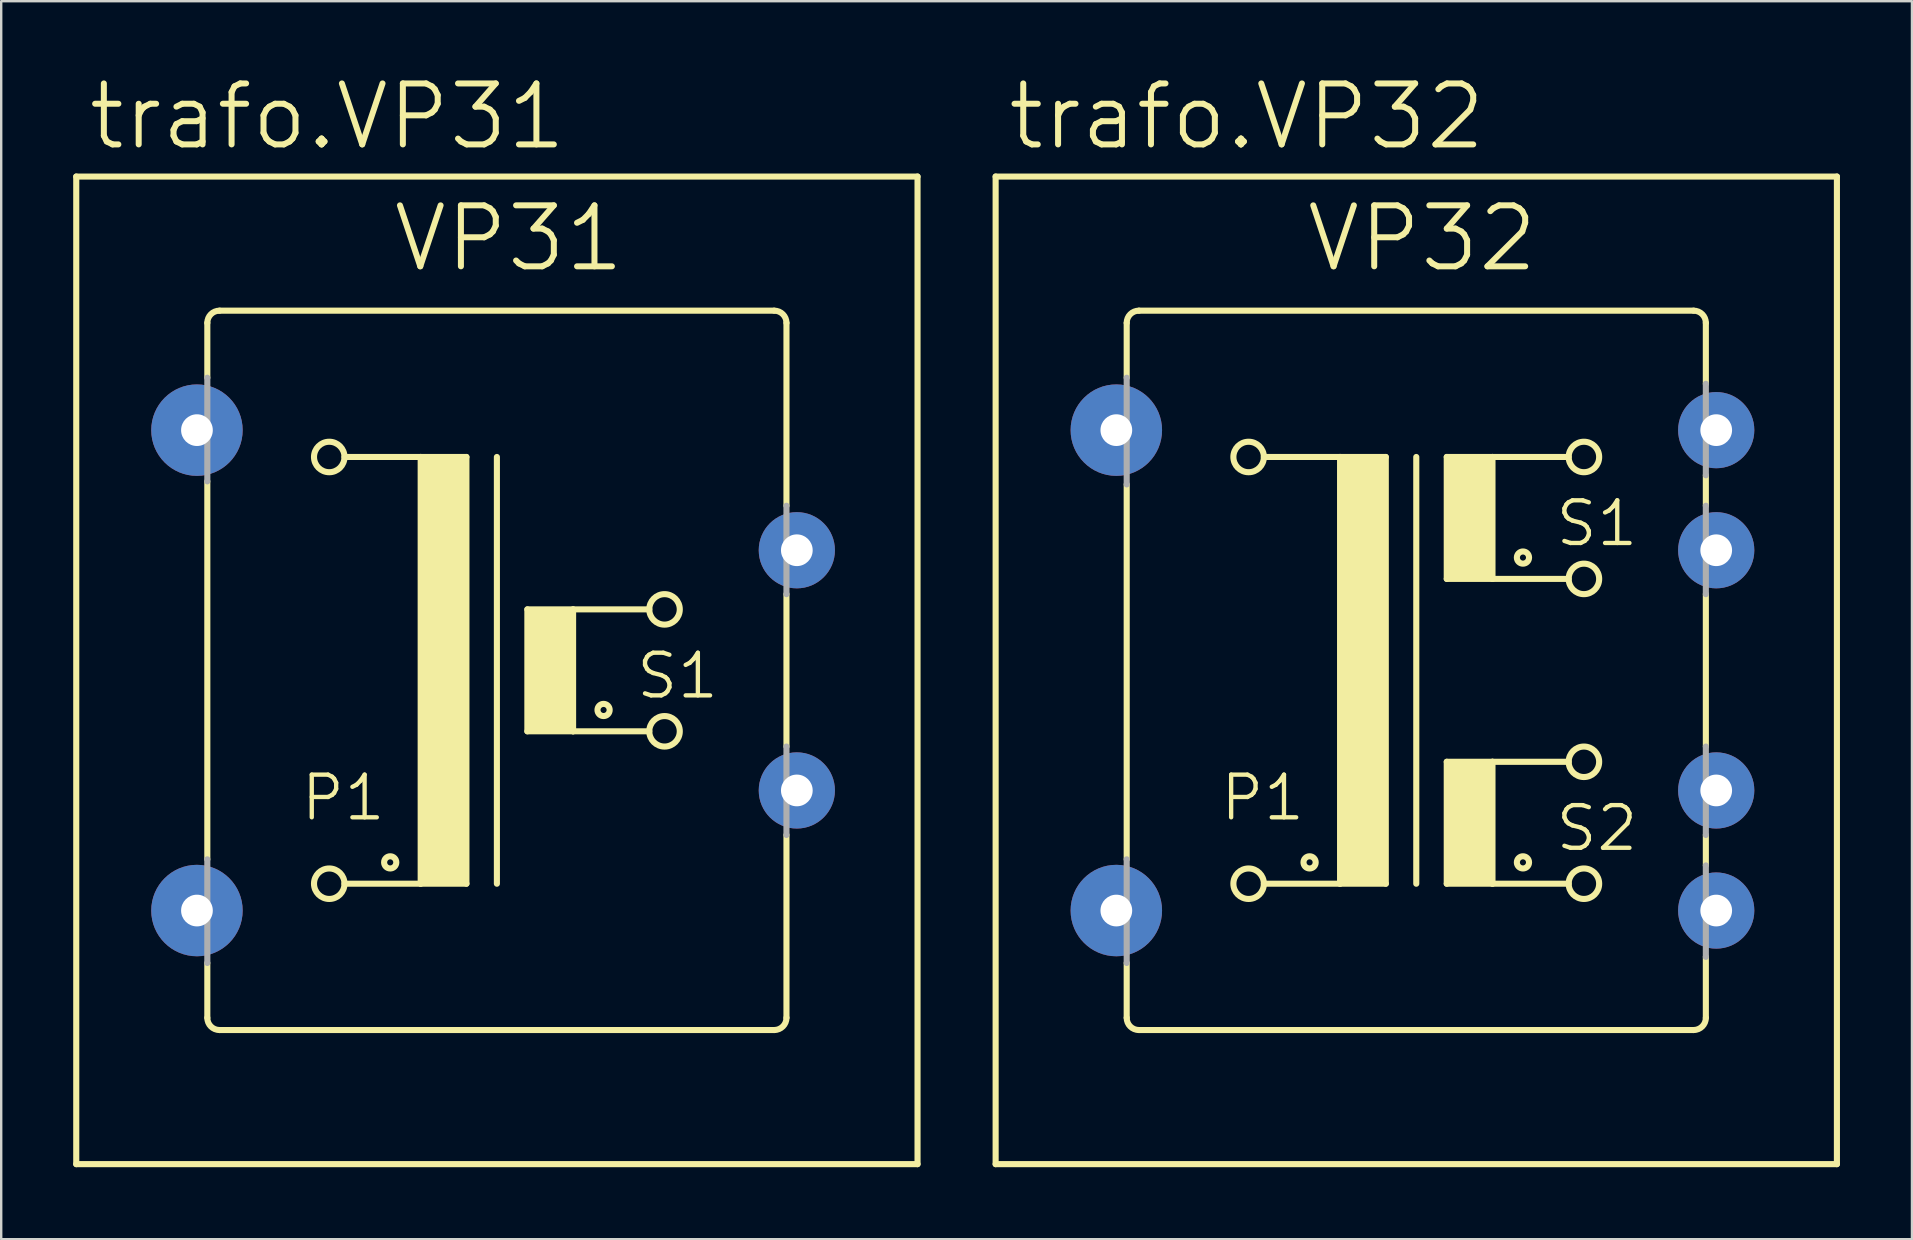
<source format=kicad_pcb>
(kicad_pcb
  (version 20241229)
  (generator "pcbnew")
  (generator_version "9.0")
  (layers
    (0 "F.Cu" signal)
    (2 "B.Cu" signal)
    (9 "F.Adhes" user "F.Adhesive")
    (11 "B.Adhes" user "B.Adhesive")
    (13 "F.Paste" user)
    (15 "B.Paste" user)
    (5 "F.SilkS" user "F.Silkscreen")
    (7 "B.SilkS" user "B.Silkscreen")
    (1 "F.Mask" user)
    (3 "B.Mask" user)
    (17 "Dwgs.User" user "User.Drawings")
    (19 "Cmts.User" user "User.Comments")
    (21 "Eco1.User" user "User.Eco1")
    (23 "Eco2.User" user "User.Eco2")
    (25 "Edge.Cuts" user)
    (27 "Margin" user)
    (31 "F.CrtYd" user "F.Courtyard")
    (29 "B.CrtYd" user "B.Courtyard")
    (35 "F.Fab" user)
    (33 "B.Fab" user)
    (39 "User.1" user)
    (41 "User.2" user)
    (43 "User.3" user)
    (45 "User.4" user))
  (footprint "trafo.VP32"
    (layer "F.Cu")
    (at 55.959 24.88)
    (property "Reference" "trafo.VP32" (at -17.145 -21.59 0) (layer "F.SilkS") (effects (font (size 2.54 2.54) (thickness 0.25)) (justify left bottom)))
    (attr through_hole)
    (fp_line (start -17.526 20.574) (end -17.526 -20.574) (stroke (width 0.254) (type default)) (layer "F.SilkS"))
    (fp_line (start -17.526 20.574) (end 17.526 20.574) (stroke (width 0.254) (type default)) (layer "F.SilkS"))
    (fp_line (start -12.065 -14.478) (end -12.065 -12.192) (stroke (width 0.254) (type default)) (layer "F.SilkS"))
    (fp_line (start -12.065 -7.747) (end -12.065 7.874) (stroke (width 0.254) (type default)) (layer "F.SilkS"))
    (fp_line (start -12.065 14.478) (end -12.065 12.192) (stroke (width 0.254) (type default)) (layer "F.SilkS"))
    (fp_line (start -11.557 -14.986) (end 11.557 -14.986) (stroke (width 0.254) (type default)) (layer "F.SilkS"))
    (fp_line (start -6.35 -8.89) (end -3.175 -8.89) (stroke (width 0.254) (type default)) (layer "F.SilkS"))
    (fp_line (start -3.175 -8.89) (end -3.175 8.89) (stroke (width 0.254) (type default)) (layer "F.SilkS"))
    (fp_line (start -3.175 -8.89) (end -1.27 -8.89) (stroke (width 0.254) (type default)) (layer "F.SilkS"))
    (fp_line (start -3.175 8.89) (end -6.35 8.89) (stroke (width 0.254) (type default)) (layer "F.SilkS"))
    (fp_line (start -1.27 -8.89) (end -1.27 8.89) (stroke (width 0.254) (type default)) (layer "F.SilkS"))
    (fp_line (start -1.27 8.89) (end -3.175 8.89) (stroke (width 0.254) (type default)) (layer "F.SilkS"))
    (fp_line (start 0 -8.89) (end 0 8.89) (stroke (width 0.254) (type default)) (layer "F.SilkS"))
    (fp_line (start 1.27 -8.89) (end 1.27 -3.81) (stroke (width 0.254) (type default)) (layer "F.SilkS"))
    (fp_line (start 1.27 -8.89) (end 3.175 -8.89) (stroke (width 0.254) (type default)) (layer "F.SilkS"))
    (fp_line (start 1.27 -3.81) (end 3.175 -3.81) (stroke (width 0.254) (type default)) (layer "F.SilkS"))
    (fp_line (start 1.27 3.81) (end 1.27 8.89) (stroke (width 0.254) (type default)) (layer "F.SilkS"))
    (fp_line (start 1.27 3.81) (end 3.175 3.81) (stroke (width 0.254) (type default)) (layer "F.SilkS"))
    (fp_line (start 1.27 8.89) (end 3.175 8.89) (stroke (width 0.254) (type default)) (layer "F.SilkS"))
    (fp_line (start 3.175 -8.89) (end 6.35 -8.89) (stroke (width 0.254) (type default)) (layer "F.SilkS"))
    (fp_line (start 3.175 -3.81) (end 3.175 -8.89) (stroke (width 0.254) (type default)) (layer "F.SilkS"))
    (fp_line (start 3.175 -3.81) (end 6.35 -3.81) (stroke (width 0.254) (type default)) (layer "F.SilkS"))
    (fp_line (start 3.175 3.81) (end 6.35 3.81) (stroke (width 0.254) (type default)) (layer "F.SilkS"))
    (fp_line (start 3.175 8.89) (end 3.175 3.81) (stroke (width 0.254) (type default)) (layer "F.SilkS"))
    (fp_line (start 3.175 8.89) (end 6.35 8.89) (stroke (width 0.254) (type default)) (layer "F.SilkS"))
    (fp_line (start 11.557 14.986) (end -11.557 14.986) (stroke (width 0.254) (type default)) (layer "F.SilkS"))
    (fp_line (start 12.065 -11.938) (end 12.065 -14.478) (stroke (width 0.254) (type default)) (layer "F.SilkS"))
    (fp_line (start 12.065 -6.858) (end 12.065 -8.128) (stroke (width 0.254) (type default)) (layer "F.SilkS"))
    (fp_line (start 12.065 3.175) (end 12.065 -3.175) (stroke (width 0.254) (type default)) (layer "F.SilkS"))
    (fp_line (start 12.065 8.128) (end 12.065 6.858) (stroke (width 0.254) (type default)) (layer "F.SilkS"))
    (fp_line (start 12.065 14.478) (end 12.065 11.938) (stroke (width 0.254) (type default)) (layer "F.SilkS"))
    (fp_line (start 17.526 -20.574) (end -17.526 -20.574) (stroke (width 0.254) (type default)) (layer "F.SilkS"))
    (fp_line (start 17.526 20.574) (end 17.526 -20.574) (stroke (width 0.254) (type default)) (layer "F.SilkS"))
    (fp_rect (start -3.175 8.89) (end -1.27 -8.89) (stroke (width 0.05) (type default)) (fill yes) (layer "F.SilkS"))
    (fp_rect (start 1.27 -3.81) (end 3.175 -8.89) (stroke (width 0.05) (type default)) (fill yes) (layer "F.SilkS"))
    (fp_rect (start 1.27 8.89) (end 3.175 3.81) (stroke (width 0.05) (type default)) (fill yes) (layer "F.SilkS"))
    (fp_arc (start -12.065 -14.478) (mid -11.91621 -14.83721) (end -11.557 -14.986) (stroke (width 0.254) (type default)) (layer "F.SilkS"))
    (fp_arc (start -11.557 14.986) (mid -11.91621 14.83721) (end -12.065 14.478) (stroke (width 0.254) (type default)) (layer "F.SilkS"))
    (fp_arc (start 11.557 -14.986) (mid 11.91621 -14.83721) (end 12.065 -14.478) (stroke (width 0.254) (type default)) (layer "F.SilkS"))
    (fp_arc (start 12.065 14.478) (mid 11.91621 14.83721) (end 11.557 14.986) (stroke (width 0.254) (type default)) (layer "F.SilkS"))
    (fp_circle (center -6.985 -8.89) (end -6.35 -8.89) (stroke (width 0.254) (type default)) (fill no) (layer "F.SilkS"))
    (fp_circle (center -6.985 8.89) (end -6.35 8.89) (stroke (width 0.254) (type default)) (fill no) (layer "F.SilkS"))
    (fp_circle (center -4.445 8.001) (end -4.191 8.001) (stroke (width 0.254) (type default)) (fill no) (layer "F.SilkS"))
    (fp_circle (center 4.445 -4.699) (end 4.699 -4.699) (stroke (width 0.254) (type default)) (fill no) (layer "F.SilkS"))
    (fp_circle (center 4.445 8.001) (end 4.699 8.001) (stroke (width 0.254) (type default)) (fill no) (layer "F.SilkS"))
    (fp_circle (center 6.985 -8.89) (end 7.62 -8.89) (stroke (width 0.254) (type default)) (fill no) (layer "F.SilkS"))
    (fp_circle (center 6.985 -3.81) (end 7.62 -3.81) (stroke (width 0.254) (type default)) (fill no) (layer "F.SilkS"))
    (fp_circle (center 6.985 3.81) (end 7.62 3.81) (stroke (width 0.254) (type default)) (fill no) (layer "F.SilkS"))
    (fp_circle (center 6.985 8.89) (end 7.62 8.89) (stroke (width 0.254) (type default)) (fill no) (layer "F.SilkS"))
    (fp_line (start -12.065 -7.747) (end -12.065 -12.192) (stroke (width 0.254) (type default)) (layer "F.Fab"))
    (fp_line (start -12.065 12.192) (end -12.065 7.874) (stroke (width 0.254) (type default)) (layer "F.Fab"))
    (fp_line (start 12.065 -11.938) (end 12.065 -8.128) (stroke (width 0.254) (type default)) (layer "F.Fab"))
    (fp_line (start 12.065 -6.858) (end 12.065 -3.175) (stroke (width 0.254) (type default)) (layer "F.Fab"))
    (fp_line (start 12.065 3.175) (end 12.065 6.858) (stroke (width 0.254) (type default)) (layer "F.Fab"))
    (fp_line (start 12.065 8.128) (end 12.065 11.938) (stroke (width 0.254) (type default)) (layer "F.Fab"))
    (fp_text user "VP32" (at -4.699 -16.51 0) (layer "F.SilkS") (effects (font (size 2.54 2.54) (thickness 0.25)) (justify left bottom)))
    (fp_text user "S1" (at 5.715 -5.08 0) (layer "F.SilkS") (effects (font (size 1.778 1.778) (thickness 0.18)) (justify left bottom)))
    (fp_text user "P1" (at -8.255 6.35 0) (layer "F.SilkS") (effects (font (size 1.778 1.778) (thickness 0.18)) (justify left bottom)))
    (fp_text user "S2" (at 5.715 7.62 0) (layer "F.SilkS") (effects (font (size 1.778 1.778) (thickness 0.18)) (justify left bottom)))
    (pad "1" thru_hole circle (at -12.497 10.008) (size 3.81 3.81) (drill 1.321) (layers "*.Cu" "*.Mask"))
    (pad "2" thru_hole circle (at -12.497 -10.008) (size 3.81 3.81) (drill 1.321) (layers "*.Cu" "*.Mask"))
    (pad "3" thru_hole circle (at 12.497 -10.008) (size 3.175 3.175) (drill 1.321) (layers "*.Cu" "*.Mask"))
    (pad "4" thru_hole circle (at 12.497 -5.004) (size 3.175 3.175) (drill 1.321) (layers "*.Cu" "*.Mask"))
    (pad "5" thru_hole circle (at 12.497 5.004) (size 3.175 3.175) (drill 1.321) (layers "*.Cu" "*.Mask"))
    (pad "6" thru_hole circle (at 12.497 10.008) (size 3.175 3.175) (drill 1.321) (layers "*.Cu" "*.Mask")))
  (footprint "trafo.VP31"
    (layer "F.Cu")
    (at 17.653 24.88)
    (property "Reference" "trafo.VP31" (at -17.145 -21.59 0) (layer "F.SilkS") (effects (font (size 2.54 2.54) (thickness 0.25)) (justify left bottom)))
    (attr through_hole)
    (fp_line (start -17.526 -20.574) (end -17.526 20.574) (stroke (width 0.254) (type default)) (layer "F.SilkS"))
    (fp_line (start -17.526 -20.574) (end 17.526 -20.574) (stroke (width 0.254) (type default)) (layer "F.SilkS"))
    (fp_line (start -17.526 20.574) (end 17.526 20.574) (stroke (width 0.254) (type default)) (layer "F.SilkS"))
    (fp_line (start -12.065 -14.478) (end -12.065 -12.192) (stroke (width 0.254) (type default)) (layer "F.SilkS"))
    (fp_line (start -12.065 -7.874) (end -12.065 7.874) (stroke (width 0.254) (type default)) (layer "F.SilkS"))
    (fp_line (start -12.065 14.478) (end -12.065 12.192) (stroke (width 0.254) (type default)) (layer "F.SilkS"))
    (fp_line (start -11.557 -14.986) (end 11.557 -14.986) (stroke (width 0.254) (type default)) (layer "F.SilkS"))
    (fp_line (start -6.35 -8.89) (end -3.175 -8.89) (stroke (width 0.254) (type default)) (layer "F.SilkS"))
    (fp_line (start -3.175 -8.89) (end -3.175 8.89) (stroke (width 0.254) (type default)) (layer "F.SilkS"))
    (fp_line (start -3.175 -8.89) (end -1.27 -8.89) (stroke (width 0.254) (type default)) (layer "F.SilkS"))
    (fp_line (start -3.175 8.89) (end -6.35 8.89) (stroke (width 0.254) (type default)) (layer "F.SilkS"))
    (fp_line (start -1.27 -8.89) (end -1.27 8.89) (stroke (width 0.254) (type default)) (layer "F.SilkS"))
    (fp_line (start -1.27 8.89) (end -3.175 8.89) (stroke (width 0.254) (type default)) (layer "F.SilkS"))
    (fp_line (start 0 -8.89) (end 0 8.89) (stroke (width 0.254) (type default)) (layer "F.SilkS"))
    (fp_line (start 1.27 -2.54) (end 1.27 2.54) (stroke (width 0.254) (type default)) (layer "F.SilkS"))
    (fp_line (start 1.27 -2.54) (end 3.175 -2.54) (stroke (width 0.254) (type default)) (layer "F.SilkS"))
    (fp_line (start 1.27 2.54) (end 3.175 2.54) (stroke (width 0.254) (type default)) (layer "F.SilkS"))
    (fp_line (start 3.175 -2.54) (end 6.35 -2.54) (stroke (width 0.254) (type default)) (layer "F.SilkS"))
    (fp_line (start 3.175 2.54) (end 3.175 -2.54) (stroke (width 0.254) (type default)) (layer "F.SilkS"))
    (fp_line (start 3.175 2.54) (end 6.35 2.54) (stroke (width 0.254) (type default)) (layer "F.SilkS"))
    (fp_line (start 11.557 14.986) (end -11.557 14.986) (stroke (width 0.254) (type default)) (layer "F.SilkS"))
    (fp_line (start 12.065 -6.858) (end 12.065 -14.478) (stroke (width 0.254) (type default)) (layer "F.SilkS"))
    (fp_line (start 12.065 3.175) (end 12.065 -3.175) (stroke (width 0.254) (type default)) (layer "F.SilkS"))
    (fp_line (start 12.065 14.478) (end 12.065 6.858) (stroke (width 0.254) (type default)) (layer "F.SilkS"))
    (fp_line (start 17.526 20.574) (end 17.526 -20.574) (stroke (width 0.254) (type default)) (layer "F.SilkS"))
    (fp_rect (start -3.175 8.89) (end -1.27 -8.89) (stroke (width 0.05) (type default)) (fill yes) (layer "F.SilkS"))
    (fp_rect (start 1.27 2.54) (end 3.175 -2.54) (stroke (width 0.05) (type default)) (fill yes) (layer "F.SilkS"))
    (fp_arc (start -12.065 -14.478) (mid -11.91621 -14.83721) (end -11.557 -14.986) (stroke (width 0.254) (type default)) (layer "F.SilkS"))
    (fp_arc (start -11.557 14.986) (mid -11.91621 14.83721) (end -12.065 14.478) (stroke (width 0.254) (type default)) (layer "F.SilkS"))
    (fp_arc (start 11.557 -14.986) (mid 11.91621 -14.83721) (end 12.065 -14.478) (stroke (width 0.254) (type default)) (layer "F.SilkS"))
    (fp_arc (start 12.065 14.478) (mid 11.91621 14.83721) (end 11.557 14.986) (stroke (width 0.254) (type default)) (layer "F.SilkS"))
    (fp_circle (center -6.985 -8.89) (end -6.35 -8.89) (stroke (width 0.254) (type default)) (fill no) (layer "F.SilkS"))
    (fp_circle (center -6.985 8.89) (end -6.35 8.89) (stroke (width 0.254) (type default)) (fill no) (layer "F.SilkS"))
    (fp_circle (center -4.445 8.001) (end -4.191 8.001) (stroke (width 0.254) (type default)) (fill no) (layer "F.SilkS"))
    (fp_circle (center 4.445 1.651) (end 4.699 1.651) (stroke (width 0.254) (type default)) (fill no) (layer "F.SilkS"))
    (fp_circle (center 6.985 -2.54) (end 7.62 -2.54) (stroke (width 0.254) (type default)) (fill no) (layer "F.SilkS"))
    (fp_circle (center 6.985 2.54) (end 7.62 2.54) (stroke (width 0.254) (type default)) (fill no) (layer "F.SilkS"))
    (fp_line (start -12.065 -7.874) (end -12.065 -12.192) (stroke (width 0.254) (type default)) (layer "F.Fab"))
    (fp_line (start -12.065 12.192) (end -12.065 7.874) (stroke (width 0.254) (type default)) (layer "F.Fab"))
    (fp_line (start 12.065 -6.858) (end 12.065 -3.175) (stroke (width 0.254) (type default)) (layer "F.Fab"))
    (fp_line (start 12.065 3.175) (end 12.065 6.858) (stroke (width 0.254) (type default)) (layer "F.Fab"))
    (fp_text user "P1" (at -8.255 6.35 0) (layer "F.SilkS") (effects (font (size 1.778 1.778) (thickness 0.18)) (justify left bottom)))
    (fp_text user "VP31" (at -4.445 -16.51 0) (layer "F.SilkS") (effects (font (size 2.54 2.54) (thickness 0.25)) (justify left bottom)))
    (fp_text user "S1" (at 5.715 1.27 0) (layer "F.SilkS") (effects (font (size 1.778 1.778) (thickness 0.18)) (justify left bottom)))
    (pad "1" thru_hole circle (at -12.497 -10.008) (size 3.81 3.81) (drill 1.321) (layers "*.Cu" "*.Mask"))
    (pad "2" thru_hole circle (at -12.497 10.008) (size 3.81 3.81) (drill 1.321) (layers "*.Cu" "*.Mask"))
    (pad "3" thru_hole circle (at 12.497 5.004) (size 3.175 3.175) (drill 1.321) (layers "*.Cu" "*.Mask"))
    (pad "4" thru_hole circle (at 12.497 -5.004) (size 3.175 3.175) (drill 1.321) (layers "*.Cu" "*.Mask")))
  (gr_rect
    (start -3 -3)
    (end 76.612 48.581)
    (stroke (width 0.1) (type default))
    (fill no)
    (layer "Edge.Cuts")))
</source>
